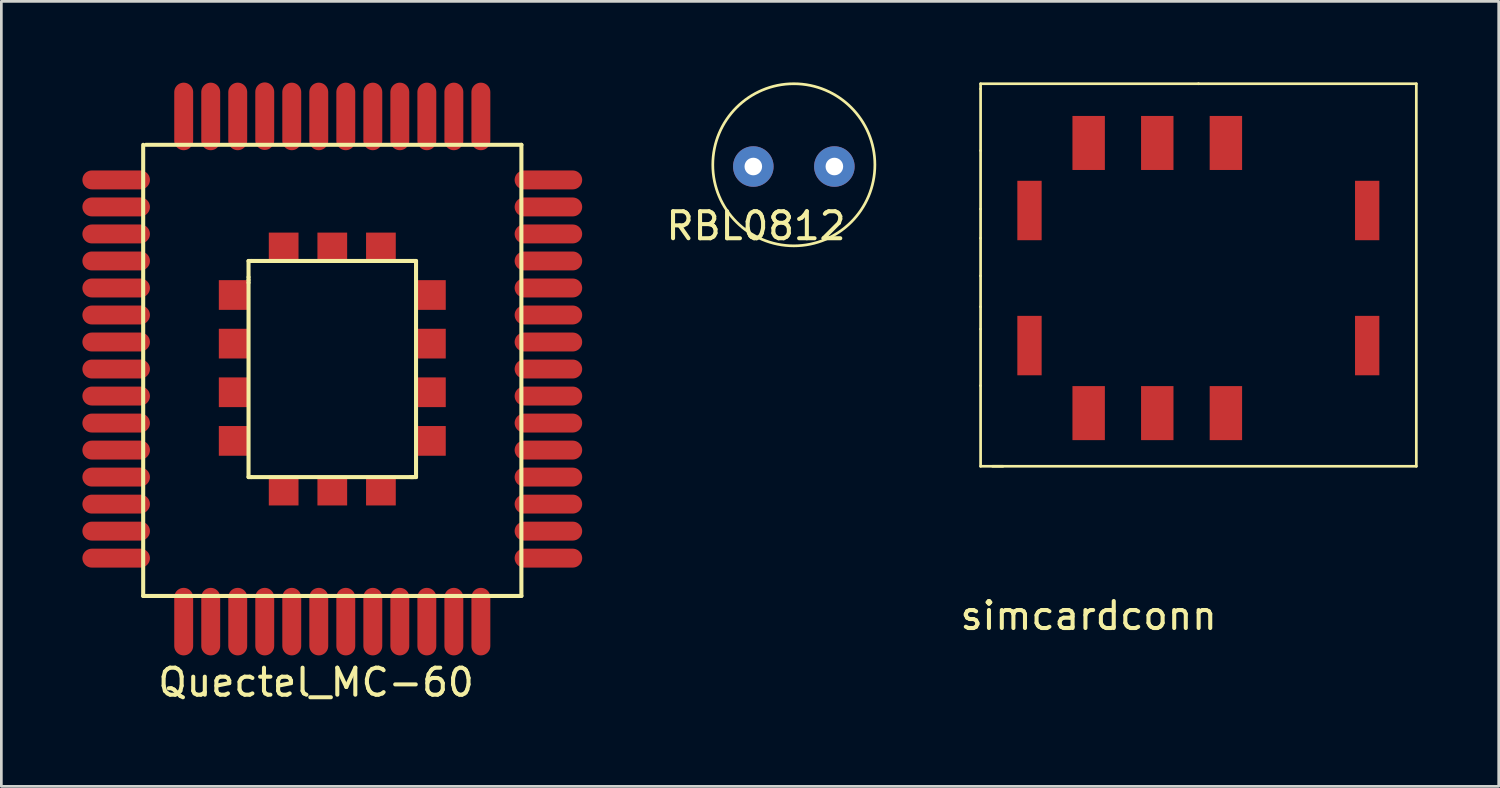
<source format=kicad_pcb>
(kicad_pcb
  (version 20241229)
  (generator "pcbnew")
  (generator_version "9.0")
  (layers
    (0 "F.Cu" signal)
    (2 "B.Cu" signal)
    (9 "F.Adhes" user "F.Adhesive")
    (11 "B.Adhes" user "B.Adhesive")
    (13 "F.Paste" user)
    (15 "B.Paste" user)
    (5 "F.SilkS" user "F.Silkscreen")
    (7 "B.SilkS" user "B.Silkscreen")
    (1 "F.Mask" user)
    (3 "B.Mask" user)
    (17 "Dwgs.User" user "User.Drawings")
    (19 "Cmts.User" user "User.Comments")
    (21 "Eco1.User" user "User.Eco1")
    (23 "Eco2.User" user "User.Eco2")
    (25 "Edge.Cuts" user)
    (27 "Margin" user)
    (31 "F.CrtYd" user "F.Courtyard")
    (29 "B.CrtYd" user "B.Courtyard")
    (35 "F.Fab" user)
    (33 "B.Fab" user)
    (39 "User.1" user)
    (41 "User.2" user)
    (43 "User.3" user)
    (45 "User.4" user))
  (footprint "RBL0812"
    (layer "F.Cu")
    (at 24.835 3.114)
    (property "Reference" "RBL0812" (at 0.1 2.2 0) (layer "F.SilkS") (effects (font (size 1 1) (thickness 0.15))))
    (attr through_hole)
    (fp_circle (center 1.5 -0.064) (end 4.5 -0.064) (stroke (width 0.1) (type solid)) (fill no) (layer "F.SilkS"))
    (pad "1" thru_hole circle (at 0 0) (size 1.5 1.5) (drill 0.65) (layers "*.Cu" "*.Mask"))
    (pad "2" thru_hole circle (at 3 0) (size 1.5 1.5) (drill 0.65) (layers "*.Cu" "*.Mask")))
  (footprint "simcardconn"
    (layer "F.Cu")
    (at 37.248 12.242)
    (property "Reference" "simcardconn" (at 0 7.5 0) (layer "F.SilkS") (effects (font (size 1 1) (thickness 0.15))))
    (attr through_hole)
    (fp_line (start -4 -12.002) (end -4 -12.192) (stroke (width 0.1) (type solid)) (layer "F.SilkS"))
    (fp_line (start -4 -9.716) (end -4 -12.002) (stroke (width 0.1) (type solid)) (layer "F.SilkS"))
    (fp_line (start -4 -7.556) (end -4 -9.716) (stroke (width 0.1) (type solid)) (layer "F.SilkS"))
    (fp_line (start -4 -6.477) (end -4 -7.556) (stroke (width 0.1) (type solid)) (layer "F.SilkS"))
    (fp_line (start -4 -5.08) (end -4 -6.477) (stroke (width 0.1) (type solid)) (layer "F.SilkS"))
    (fp_line (start -4 -3.937) (end -4 -5.08) (stroke (width 0.1) (type solid)) (layer "F.SilkS"))
    (fp_line (start -4 -3.111) (end -4 -3.937) (stroke (width 0.1) (type solid)) (layer "F.SilkS"))
    (fp_line (start -4 -1.016) (end -4 -3.111) (stroke (width 0.1) (type solid)) (layer "F.SilkS"))
    (fp_line (start -4 1.968) (end -4 -1.016) (stroke (width 0.1) (type solid)) (layer "F.SilkS"))
    (fp_line (start -4 1.968) (end -3.175 1.968) (stroke (width 0.1) (type solid)) (layer "F.SilkS"))
    (fp_line (start -3.556 1.968) (end 12.129 1.968) (stroke (width 0.1) (type solid)) (layer "F.SilkS"))
    (fp_line (start 4.064 -12.192) (end -4 -12.192) (stroke (width 0.1) (type solid)) (layer "F.SilkS"))
    (fp_line (start 12.129 -12.192) (end 4.064 -12.192) (stroke (width 0.1) (type solid)) (layer "F.SilkS"))
    (fp_line (start 12.129 1.968) (end 12.129 -12.192) (stroke (width 0.1) (type solid)) (layer "F.SilkS"))
    (pad "" smd rect (at -2.19 -7.5) (size 0.9 2.2) (layers "F.Cu" "F.Mask" "F.Paste"))
    (pad "" smd rect (at -2.19 -2.5) (size 0.9 2.2) (layers "F.Cu" "F.Mask" "F.Paste"))
    (pad "" smd rect (at 10.31 -7.5) (size 0.9 2.2) (layers "F.Cu" "F.Mask" "F.Paste"))
    (pad "" smd rect (at 10.31 -2.5) (size 0.9 2.2) (layers "F.Cu" "F.Mask" "F.Paste"))
    (pad "1" smd rect (at 0 0) (size 1.2 2) (layers "F.Cu" "F.Mask" "F.Paste"))
    (pad "2" smd rect (at 2.54 0) (size 1.2 2) (layers "F.Cu" "F.Mask" "F.Paste"))
    (pad "3" smd rect (at 5.08 0) (size 1.2 2) (layers "F.Cu" "F.Mask" "F.Paste"))
    (pad "4" smd rect (at 5.08 -10) (size 1.2 2) (layers "F.Cu" "F.Mask" "F.Paste"))
    (pad "5" smd rect (at 2.54 -10) (size 1.2 2) (layers "F.Cu" "F.Mask" "F.Paste"))
    (pad "6" smd rect (at 0 -10) (size 1.2 2) (layers "F.Cu" "F.Mask" "F.Paste")))
  (footprint "Quectel_MC-60"
    (layer "F.Cu")
    (at 1.25 3.61)
    (property "Reference" "Quectel_MC-60" (at 7.4 18.6 0) (layer "F.SilkS") (effects (font (size 1 1) (thickness 0.15))))
    (attr through_hole)
    (fp_line (start 1 15.4) (end 1 -1.3) (stroke (width 0.15) (type solid)) (layer "F.SilkS"))
    (fp_line (start 1.1 -1.3) (end 15 -1.3) (stroke (width 0.15) (type solid)) (layer "F.SilkS"))
    (fp_line (start 4.9 3) (end 4.9 3.6) (stroke (width 0.15) (type solid)) (layer "F.SilkS"))
    (fp_line (start 4.9 3.6) (end 4.9 3.7) (stroke (width 0.15) (type solid)) (layer "F.SilkS"))
    (fp_line (start 4.9 3.8) (end 4.9 3.7) (stroke (width 0.15) (type solid)) (layer "F.SilkS"))
    (fp_line (start 4.9 11) (end 4.9 3.8) (stroke (width 0.15) (type solid)) (layer "F.SilkS"))
    (fp_line (start 5 3) (end 4.9 3) (stroke (width 0.15) (type solid)) (layer "F.SilkS"))
    (fp_line (start 5 11) (end 4.9 11) (stroke (width 0.15) (type solid)) (layer "F.SilkS"))
    (fp_line (start 5 11) (end 11 11) (stroke (width 0.15) (type solid)) (layer "F.SilkS"))
    (fp_line (start 11 3) (end 5 3) (stroke (width 0.15) (type solid)) (layer "F.SilkS"))
    (fp_line (start 11 3) (end 11.1 3) (stroke (width 0.15) (type solid)) (layer "F.SilkS"))
    (fp_line (start 11.1 3) (end 11.1 11) (stroke (width 0.15) (type solid)) (layer "F.SilkS"))
    (fp_line (start 11.1 11) (end 10.9 11) (stroke (width 0.15) (type solid)) (layer "F.SilkS"))
    (fp_line (start 15 -1.3) (end 15 15.4) (stroke (width 0.15) (type solid)) (layer "F.SilkS"))
    (fp_line (start 15 15.4) (end 1 15.4) (stroke (width 0.15) (type solid)) (layer "F.SilkS"))
    (pad "1" smd oval (at 0 0) (size 2.5 0.7) (layers "F.Cu" "F.Mask" "F.Paste"))
    (pad "2" smd oval (at 0 1) (size 2.5 0.7) (layers "F.Cu" "F.Mask" "F.Paste"))
    (pad "3" smd oval (at 0 2) (size 2.5 0.7) (layers "F.Cu" "F.Mask" "F.Paste"))
    (pad "4" smd oval (at 0 3) (size 2.5 0.7) (layers "F.Cu" "F.Mask" "F.Paste"))
    (pad "5" smd oval (at 0 4) (size 2.5 0.7) (layers "F.Cu" "F.Mask" "F.Paste"))
    (pad "6" smd oval (at 0 5) (size 2.5 0.7) (layers "F.Cu" "F.Mask" "F.Paste"))
    (pad "7" smd oval (at 0 6) (size 2.5 0.7) (layers "F.Cu" "F.Mask" "F.Paste"))
    (pad "8" smd oval (at 0 7) (size 2.5 0.7) (layers "F.Cu" "F.Mask" "F.Paste"))
    (pad "9" smd oval (at 0 8) (size 2.5 0.7) (layers "F.Cu" "F.Mask" "F.Paste"))
    (pad "10" smd oval (at 0 9) (size 2.5 0.7) (layers "F.Cu" "F.Mask" "F.Paste"))
    (pad "11" smd oval (at 0 10) (size 2.5 0.7) (layers "F.Cu" "F.Mask" "F.Paste"))
    (pad "12" smd oval (at 0 11) (size 2.5 0.7) (layers "F.Cu" "F.Mask" "F.Paste"))
    (pad "13" smd oval (at 0 12) (size 2.5 0.7) (layers "F.Cu" "F.Mask" "F.Paste"))
    (pad "14" smd oval (at 0 13) (size 2.5 0.7) (layers "F.Cu" "F.Mask" "F.Paste"))
    (pad "15" smd oval (at 0 14) (size 2.5 0.7) (layers "F.Cu" "F.Mask" "F.Paste"))
    (pad "16" smd oval (at 2.5 16.35) (size 0.7 2.5) (layers "F.Cu" "F.Mask" "F.Paste"))
    (pad "17" smd oval (at 3.5 16.35) (size 0.7 2.5) (layers "F.Cu" "F.Mask" "F.Paste"))
    (pad "18" smd oval (at 4.5 16.35) (size 0.7 2.5) (layers "F.Cu" "F.Mask" "F.Paste"))
    (pad "19" smd oval (at 5.5 16.35) (size 0.7 2.5) (layers "F.Cu" "F.Mask" "F.Paste"))
    (pad "20" smd oval (at 6.5 16.35) (size 0.7 2.5) (layers "F.Cu" "F.Mask" "F.Paste"))
    (pad "21" smd oval (at 7.5 16.35) (size 0.7 2.5) (layers "F.Cu" "F.Mask" "F.Paste"))
    (pad "22" smd oval (at 8.5 16.35) (size 0.7 2.5) (layers "F.Cu" "F.Mask" "F.Paste"))
    (pad "23" smd oval (at 9.5 16.35) (size 0.7 2.5) (layers "F.Cu" "F.Mask" "F.Paste"))
    (pad "24" smd oval (at 10.5 16.35) (size 0.7 2.5) (layers "F.Cu" "F.Mask" "F.Paste"))
    (pad "25" smd oval (at 11.5 16.35) (size 0.7 2.5) (layers "F.Cu" "F.Mask" "F.Paste"))
    (pad "26" smd oval (at 12.5 16.35) (size 0.7 2.5) (layers "F.Cu" "F.Mask" "F.Paste"))
    (pad "27" smd oval (at 13.5 16.35) (size 0.7 2.5) (layers "F.Cu" "F.Mask" "F.Paste"))
    (pad "28" smd oval (at 16 14) (size 2.5 0.7) (layers "F.Cu" "F.Mask" "F.Paste"))
    (pad "29" smd oval (at 16 13) (size 2.5 0.7) (layers "F.Cu" "F.Mask" "F.Paste"))
    (pad "30" smd oval (at 16 12) (size 2.5 0.7) (layers "F.Cu" "F.Mask" "F.Paste"))
    (pad "31" smd oval (at 16 11) (size 2.5 0.7) (layers "F.Cu" "F.Mask" "F.Paste"))
    (pad "32" smd oval (at 16 10) (size 2.5 0.7) (layers "F.Cu" "F.Mask" "F.Paste"))
    (pad "33" smd oval (at 16 9) (size 2.5 0.7) (layers "F.Cu" "F.Mask" "F.Paste"))
    (pad "34" smd oval (at 16 8) (size 2.5 0.7) (layers "F.Cu" "F.Mask" "F.Paste"))
    (pad "35" smd oval (at 16 7) (size 2.5 0.7) (layers "F.Cu" "F.Mask" "F.Paste"))
    (pad "36" smd oval (at 16 6) (size 2.5 0.7) (layers "F.Cu" "F.Mask" "F.Paste"))
    (pad "37" smd oval (at 16 5) (size 2.5 0.7) (layers "F.Cu" "F.Mask" "F.Paste"))
    (pad "38" smd oval (at 16 4) (size 2.5 0.7) (layers "F.Cu" "F.Mask" "F.Paste"))
    (pad "39" smd oval (at 16 3) (size 2.5 0.7) (layers "F.Cu" "F.Mask" "F.Paste"))
    (pad "40" smd oval (at 16 2) (size 2.5 0.7) (layers "F.Cu" "F.Mask" "F.Paste"))
    (pad "41" smd oval (at 16 1) (size 2.5 0.7) (layers "F.Cu" "F.Mask" "F.Paste"))
    (pad "42" smd oval (at 16 0) (size 2.5 0.7) (layers "F.Cu" "F.Mask" "F.Paste"))
    (pad "43" smd oval (at 13.5 -2.35) (size 0.7 2.5) (layers "F.Cu" "F.Mask" "F.Paste"))
    (pad "44" smd oval (at 12.5 -2.35) (size 0.7 2.5) (layers "F.Cu" "F.Mask" "F.Paste"))
    (pad "45" smd oval (at 11.5 -2.35) (size 0.7 2.5) (layers "F.Cu" "F.Mask" "F.Paste"))
    (pad "46" smd oval (at 10.5 -2.35) (size 0.7 2.5) (layers "F.Cu" "F.Mask" "F.Paste"))
    (pad "47" smd oval (at 9.5 -2.35) (size 0.7 2.5) (layers "F.Cu" "F.Mask" "F.Paste"))
    (pad "48" smd oval (at 8.5 -2.35) (size 0.7 2.5) (layers "F.Cu" "F.Mask" "F.Paste"))
    (pad "49" smd oval (at 7.5 -2.35) (size 0.7 2.5) (layers "F.Cu" "F.Mask" "F.Paste"))
    (pad "50" smd oval (at 6.5 -2.35) (size 0.7 2.5) (layers "F.Cu" "F.Mask" "F.Paste"))
    (pad "51" smd oval (at 5.5 -2.36) (size 0.7 2.5) (layers "F.Cu" "F.Mask" "F.Paste"))
    (pad "52" smd oval (at 4.5 -2.35) (size 0.7 2.5) (layers "F.Cu" "F.Mask" "F.Paste"))
    (pad "53" smd oval (at 3.5 -2.35) (size 0.7 2.5) (layers "F.Cu" "F.Mask" "F.Paste"))
    (pad "54" smd oval (at 2.5 -2.35) (size 0.7 2.5) (layers "F.Cu" "F.Mask" "F.Paste"))
    (pad "55" smd rect (at 4.35 4.26) (size 1.1 1.1) (layers "F.Cu" "F.Mask" "F.Paste"))
    (pad "56" smd rect (at 4.35 6.06) (size 1.1 1.1) (layers "F.Cu" "F.Mask" "F.Paste"))
    (pad "57" smd rect (at 4.35 7.86) (size 1.1 1.1) (layers "F.Cu" "F.Mask" "F.Paste"))
    (pad "58" smd rect (at 4.35 9.66) (size 1.1 1.1) (layers "F.Cu" "F.Mask" "F.Paste"))
    (pad "59" smd rect (at 6.2 11.5) (size 1.1 1.1) (layers "F.Cu" "F.Mask" "F.Paste"))
    (pad "60" smd rect (at 8 11.5) (size 1.1 1.1) (layers "F.Cu" "F.Mask" "F.Paste"))
    (pad "61" smd rect (at 9.8 11.5) (size 1.1 1.1) (layers "F.Cu" "F.Mask" "F.Paste"))
    (pad "62" smd rect (at 11.65 9.66) (size 1.1 1.1) (layers "F.Cu" "F.Mask" "F.Paste"))
    (pad "63" smd rect (at 11.65 7.86) (size 1.1 1.1) (layers "F.Cu" "F.Mask" "F.Paste"))
    (pad "64" smd rect (at 11.65 6.06) (size 1.1 1.1) (layers "F.Cu" "F.Mask" "F.Paste"))
    (pad "65" smd rect (at 11.65 4.26) (size 1.1 1.1) (layers "F.Cu" "F.Mask" "F.Paste"))
    (pad "66" smd rect (at 9.8 2.5) (size 1.1 1.1) (layers "F.Cu" "F.Mask" "F.Paste"))
    (pad "67" smd rect (at 8 2.5) (size 1.1 1.1) (layers "F.Cu" "F.Mask" "F.Paste"))
    (pad "68" smd rect (at 6.2 2.5) (size 1.1 1.1) (layers "F.Cu" "F.Mask" "F.Paste")))
  (gr_rect
    (start -3 -3)
    (end 52.426 26.058)
    (stroke (width 0.1) (type default))
    (fill no)
    (layer "Edge.Cuts")))
</source>
